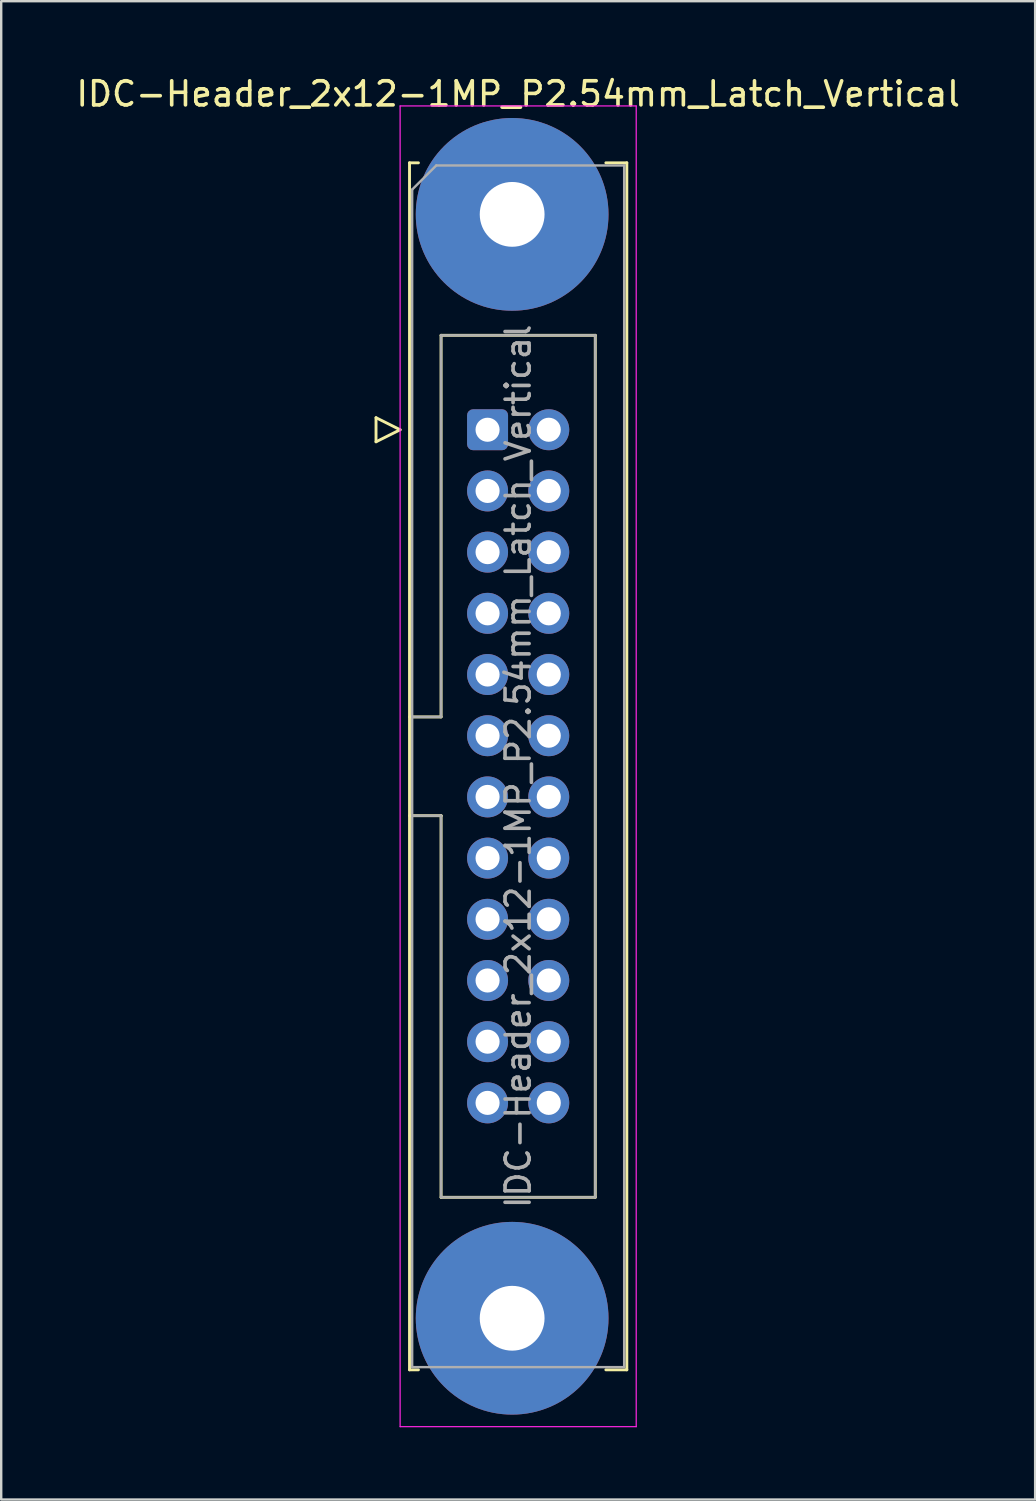
<source format=kicad_pcb>
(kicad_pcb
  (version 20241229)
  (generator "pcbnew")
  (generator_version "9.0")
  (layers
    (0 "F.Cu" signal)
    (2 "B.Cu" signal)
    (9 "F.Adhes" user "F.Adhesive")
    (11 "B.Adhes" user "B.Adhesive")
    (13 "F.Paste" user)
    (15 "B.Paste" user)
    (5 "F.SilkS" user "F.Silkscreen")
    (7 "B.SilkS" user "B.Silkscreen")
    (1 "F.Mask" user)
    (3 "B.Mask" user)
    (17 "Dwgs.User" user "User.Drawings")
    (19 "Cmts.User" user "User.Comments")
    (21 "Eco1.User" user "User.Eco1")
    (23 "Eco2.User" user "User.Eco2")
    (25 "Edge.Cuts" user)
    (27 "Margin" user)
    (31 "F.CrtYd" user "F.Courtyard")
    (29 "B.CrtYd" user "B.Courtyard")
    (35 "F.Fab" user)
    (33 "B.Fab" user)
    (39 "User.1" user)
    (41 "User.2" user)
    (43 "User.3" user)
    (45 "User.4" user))
  (footprint "IDC-Header_2x12-1MP_P2.54mm_Latch_Vertical"
    (layer "F.Cu")
    (at 17.188 14.788)
    (property "Reference" "IDC-Header_2x12-1MP_P2.54mm_Latch_Vertical" (at 1.27 -13.94 0) (layer "F.SilkS") (effects (font (size 1 1) (thickness 0.15))))
    (attr through_hole)
    (fp_line (start -4.63 -0.5) (end -4.63 0.5) (stroke (width 0.12) (type solid)) (layer "F.SilkS"))
    (fp_line (start -4.63 0.5) (end -3.63 0) (stroke (width 0.12) (type solid)) (layer "F.SilkS"))
    (fp_line (start -3.63 0) (end -4.63 -0.5) (stroke (width 0.12) (type solid)) (layer "F.SilkS"))
    (fp_line (start -3.24 -11.08) (end -3.24 39.02) (stroke (width 0.12) (type solid)) (layer "F.SilkS"))
    (fp_line (start -3.24 11.92) (end -1.93 11.92) (stroke (width 0.12) (type solid)) (layer "F.SilkS"))
    (fp_line (start -3.24 39.02) (end -2.87 39.02) (stroke (width 0.12) (type solid)) (layer "F.SilkS"))
    (fp_line (start -2.87 -11.08) (end -3.24 -11.08) (stroke (width 0.12) (type solid)) (layer "F.SilkS"))
    (fp_line (start -1.93 -3.92) (end 4.47 -3.92) (stroke (width 0.12) (type solid)) (layer "F.SilkS"))
    (fp_line (start -1.93 11.92) (end -1.93 -3.92) (stroke (width 0.12) (type solid)) (layer "F.SilkS"))
    (fp_line (start -1.93 16.02) (end -3.24 16.02) (stroke (width 0.12) (type solid)) (layer "F.SilkS"))
    (fp_line (start -1.93 16.02) (end -1.93 16.02) (stroke (width 0.12) (type solid)) (layer "F.SilkS"))
    (fp_line (start -1.93 31.86) (end -1.93 16.02) (stroke (width 0.12) (type solid)) (layer "F.SilkS"))
    (fp_line (start 4.47 -3.92) (end 4.47 31.86) (stroke (width 0.12) (type solid)) (layer "F.SilkS"))
    (fp_line (start 4.47 31.86) (end -1.93 31.86) (stroke (width 0.12) (type solid)) (layer "F.SilkS"))
    (fp_line (start 4.91 -11.08) (end 5.78 -11.08) (stroke (width 0.12) (type solid)) (layer "F.SilkS"))
    (fp_line (start 5.78 -11.08) (end 5.78 39.02) (stroke (width 0.12) (type solid)) (layer "F.SilkS"))
    (fp_line (start 5.78 39.02) (end 4.91 39.02) (stroke (width 0.12) (type solid)) (layer "F.SilkS"))
    (fp_line (start -3.63 -13.44) (end -3.63 41.38) (stroke (width 0.05) (type solid)) (layer "F.CrtYd"))
    (fp_line (start -3.63 41.38) (end 6.17 41.38) (stroke (width 0.05) (type solid)) (layer "F.CrtYd"))
    (fp_line (start 6.17 -13.44) (end -3.63 -13.44) (stroke (width 0.05) (type solid)) (layer "F.CrtYd"))
    (fp_line (start 6.17 41.38) (end 6.17 -13.44) (stroke (width 0.05) (type solid)) (layer "F.CrtYd"))
    (fp_line (start -3.13 -9.97) (end -2.13 -10.97) (stroke (width 0.1) (type solid)) (layer "F.Fab"))
    (fp_line (start -3.13 11.92) (end -1.93 11.92) (stroke (width 0.1) (type solid)) (layer "F.Fab"))
    (fp_line (start -3.13 38.91) (end -3.13 -9.97) (stroke (width 0.1) (type solid)) (layer "F.Fab"))
    (fp_line (start -2.13 -10.97) (end 5.67 -10.97) (stroke (width 0.1) (type solid)) (layer "F.Fab"))
    (fp_line (start -1.93 -3.92) (end 4.47 -3.92) (stroke (width 0.1) (type solid)) (layer "F.Fab"))
    (fp_line (start -1.93 11.92) (end -1.93 -3.92) (stroke (width 0.1) (type solid)) (layer "F.Fab"))
    (fp_line (start -1.93 16.02) (end -3.13 16.02) (stroke (width 0.1) (type solid)) (layer "F.Fab"))
    (fp_line (start -1.93 16.02) (end -1.93 16.02) (stroke (width 0.1) (type solid)) (layer "F.Fab"))
    (fp_line (start -1.93 31.86) (end -1.93 16.02) (stroke (width 0.1) (type solid)) (layer "F.Fab"))
    (fp_line (start 4.47 -3.92) (end 4.47 31.86) (stroke (width 0.1) (type solid)) (layer "F.Fab"))
    (fp_line (start 4.47 31.86) (end -1.93 31.86) (stroke (width 0.1) (type solid)) (layer "F.Fab"))
    (fp_line (start 5.67 -10.97) (end 5.67 38.91) (stroke (width 0.1) (type solid)) (layer "F.Fab"))
    (fp_line (start 5.67 38.91) (end -3.13 38.91) (stroke (width 0.1) (type solid)) (layer "F.Fab"))
    (fp_text user "${REFERENCE}" (at 1.27 13.97 90) (layer "F.Fab") (effects (font (size 1 1) (thickness 0.15))))
    (pad "1" thru_hole roundrect (at 0 0) (size 1.7 1.7) (drill 1) (layers "*.Cu" "*.Mask") (roundrect_rratio 0.147))
    (pad "2" thru_hole circle (at 2.54 0) (size 1.7 1.7) (drill 1) (layers "*.Cu" "*.Mask"))
    (pad "3" thru_hole circle (at 0 2.54) (size 1.7 1.7) (drill 1) (layers "*.Cu" "*.Mask"))
    (pad "4" thru_hole circle (at 2.54 2.54) (size 1.7 1.7) (drill 1) (layers "*.Cu" "*.Mask"))
    (pad "5" thru_hole circle (at 0 5.08) (size 1.7 1.7) (drill 1) (layers "*.Cu" "*.Mask"))
    (pad "6" thru_hole circle (at 2.54 5.08) (size 1.7 1.7) (drill 1) (layers "*.Cu" "*.Mask"))
    (pad "7" thru_hole circle (at 0 7.62) (size 1.7 1.7) (drill 1) (layers "*.Cu" "*.Mask"))
    (pad "8" thru_hole circle (at 2.54 7.62) (size 1.7 1.7) (drill 1) (layers "*.Cu" "*.Mask"))
    (pad "9" thru_hole circle (at 0 10.16) (size 1.7 1.7) (drill 1) (layers "*.Cu" "*.Mask"))
    (pad "10" thru_hole circle (at 2.54 10.16) (size 1.7 1.7) (drill 1) (layers "*.Cu" "*.Mask"))
    (pad "11" thru_hole circle (at 0 12.7) (size 1.7 1.7) (drill 1) (layers "*.Cu" "*.Mask"))
    (pad "12" thru_hole circle (at 2.54 12.7) (size 1.7 1.7) (drill 1) (layers "*.Cu" "*.Mask"))
    (pad "13" thru_hole circle (at 0 15.24) (size 1.7 1.7) (drill 1) (layers "*.Cu" "*.Mask"))
    (pad "14" thru_hole circle (at 2.54 15.24) (size 1.7 1.7) (drill 1) (layers "*.Cu" "*.Mask"))
    (pad "15" thru_hole circle (at 0 17.78) (size 1.7 1.7) (drill 1) (layers "*.Cu" "*.Mask"))
    (pad "16" thru_hole circle (at 2.54 17.78) (size 1.7 1.7) (drill 1) (layers "*.Cu" "*.Mask"))
    (pad "17" thru_hole circle (at 0 20.32) (size 1.7 1.7) (drill 1) (layers "*.Cu" "*.Mask"))
    (pad "18" thru_hole circle (at 2.54 20.32) (size 1.7 1.7) (drill 1) (layers "*.Cu" "*.Mask"))
    (pad "19" thru_hole circle (at 0 22.86) (size 1.7 1.7) (drill 1) (layers "*.Cu" "*.Mask"))
    (pad "20" thru_hole circle (at 2.54 22.86) (size 1.7 1.7) (drill 1) (layers "*.Cu" "*.Mask"))
    (pad "21" thru_hole circle (at 0 25.4) (size 1.7 1.7) (drill 1) (layers "*.Cu" "*.Mask"))
    (pad "22" thru_hole circle (at 2.54 25.4) (size 1.7 1.7) (drill 1) (layers "*.Cu" "*.Mask"))
    (pad "23" thru_hole circle (at 0 27.94) (size 1.7 1.7) (drill 1) (layers "*.Cu" "*.Mask"))
    (pad "24" thru_hole circle (at 2.54 27.94) (size 1.7 1.7) (drill 1) (layers "*.Cu" "*.Mask"))
    (pad "MP" thru_hole circle (at 1.02 -8.94) (size 8 8) (drill 2.69) (layers "*.Cu" "*.Mask"))
    (pad "MP" thru_hole circle (at 1.02 36.88) (size 8 8) (drill 2.69) (layers "*.Cu" "*.Mask")))
  (gr_rect
    (start -3 -3)
    (end 39.917 59.193)
    (stroke (width 0.1) (type default))
    (fill no)
    (layer "Edge.Cuts")))
</source>
